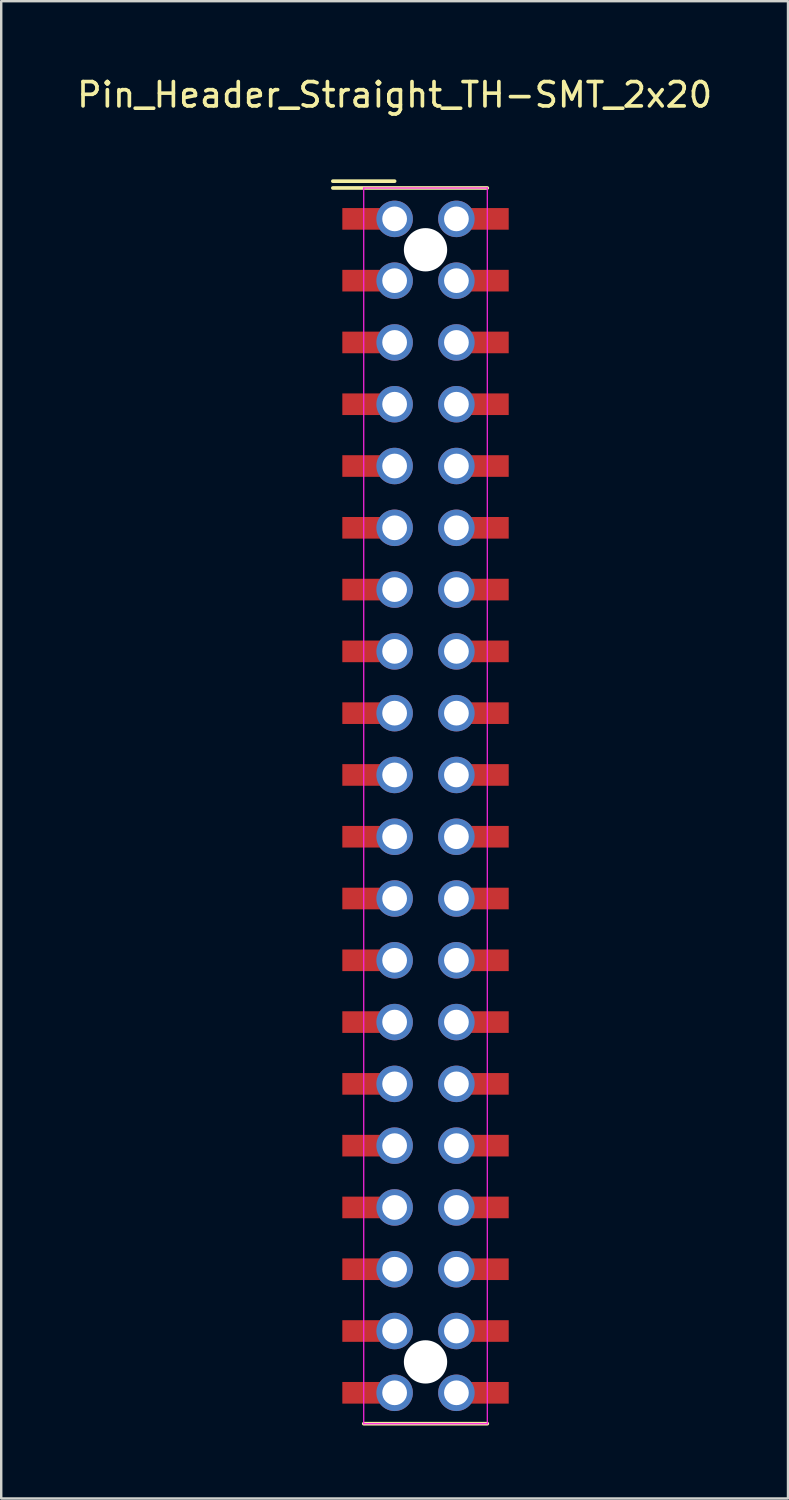
<source format=kicad_pcb>
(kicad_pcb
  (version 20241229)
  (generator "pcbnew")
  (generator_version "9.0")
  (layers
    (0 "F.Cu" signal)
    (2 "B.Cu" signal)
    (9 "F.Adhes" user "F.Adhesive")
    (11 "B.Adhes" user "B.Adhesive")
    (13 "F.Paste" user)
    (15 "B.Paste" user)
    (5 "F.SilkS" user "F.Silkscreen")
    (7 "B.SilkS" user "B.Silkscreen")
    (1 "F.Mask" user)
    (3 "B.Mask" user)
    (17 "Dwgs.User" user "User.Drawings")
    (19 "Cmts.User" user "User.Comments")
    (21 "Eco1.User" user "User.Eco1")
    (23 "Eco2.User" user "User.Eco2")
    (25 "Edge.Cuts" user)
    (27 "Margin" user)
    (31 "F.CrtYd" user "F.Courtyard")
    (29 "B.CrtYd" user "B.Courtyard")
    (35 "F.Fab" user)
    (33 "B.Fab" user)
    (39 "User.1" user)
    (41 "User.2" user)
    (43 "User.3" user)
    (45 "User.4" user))
  (footprint "Pin_Header_Straight_TH-SMT_2x20"
    (layer "F.Cu")
    (at 13.173 5.948)
    (property "Reference" "Pin_Header_Straight_TH-SMT_2x20" (at 0 -5.1 0) (layer "F.SilkS") (effects (font (size 1 1) (thickness 0.15))))
    (attr smd)
    (fp_line (start 0 -1.55) (end -2.54 -1.55) (stroke (width 0.15) (type solid)) (layer "F.SilkS"))
    (fp_line (start 3.81 -1.27) (end -2.54 -1.27) (stroke (width 0.15) (type solid)) (layer "F.SilkS"))
    (fp_line (start 3.81 49.53) (end -1.27 49.53) (stroke (width 0.15) (type solid)) (layer "F.SilkS"))
    (fp_line (start -1.27 -1.27) (end -1.27 49.53) (stroke (width 0.05) (type solid)) (layer "F.CrtYd"))
    (fp_line (start -1.27 -1.27) (end 3.81 -1.27) (stroke (width 0.05) (type solid)) (layer "F.CrtYd"))
    (fp_line (start -1.27 49.53) (end 3.81 49.53) (stroke (width 0.05) (type solid)) (layer "F.CrtYd"))
    (fp_line (start 3.81 -1.27) (end 3.81 49.53) (stroke (width 0.05) (type solid)) (layer "F.CrtYd"))
    (pad "" np_thru_hole circle (at 1.27 1.27) (size 1.78 1.78) (drill 1.78) (layers "*.Cu"))
    (pad "" np_thru_hole circle (at 1.27 46.99) (size 1.78 1.78) (drill 1.78) (layers "*.Cu"))
    (pad "1" smd rect (at -1.31 0) (size 1.68 0.889) (layers "F.Cu" "F.Mask" "F.Paste"))
    (pad "1" thru_hole circle (at 0 0) (size 1.5 1.5) (drill 1.016) (layers "*.Cu" "*.Mask"))
    (pad "2" thru_hole circle (at 2.54 0) (size 1.5 1.5) (drill 1.016) (layers "*.Cu" "*.Mask"))
    (pad "2" smd rect (at 3.85 0) (size 1.68 0.889) (layers "F.Cu" "F.Mask" "F.Paste"))
    (pad "3" smd rect (at -1.31 2.54) (size 1.68 0.889) (layers "F.Cu" "F.Mask" "F.Paste"))
    (pad "3" thru_hole circle (at 0 2.54) (size 1.5 1.5) (drill 1.016) (layers "*.Cu" "*.Mask"))
    (pad "4" thru_hole circle (at 2.54 2.54) (size 1.5 1.5) (drill 1.016) (layers "*.Cu" "*.Mask"))
    (pad "4" smd rect (at 3.85 2.54) (size 1.68 0.889) (layers "F.Cu" "F.Mask" "F.Paste"))
    (pad "5" smd rect (at -1.31 5.08) (size 1.68 0.889) (layers "F.Cu" "F.Mask" "F.Paste"))
    (pad "5" thru_hole circle (at 0 5.08) (size 1.5 1.5) (drill 1.016) (layers "*.Cu" "*.Mask"))
    (pad "6" thru_hole circle (at 2.54 5.08) (size 1.5 1.5) (drill 1.016) (layers "*.Cu" "*.Mask"))
    (pad "6" smd rect (at 3.85 5.08) (size 1.68 0.889) (layers "F.Cu" "F.Mask" "F.Paste"))
    (pad "7" smd rect (at -1.31 7.62) (size 1.68 0.889) (layers "F.Cu" "F.Mask" "F.Paste"))
    (pad "7" thru_hole circle (at 0 7.62) (size 1.5 1.5) (drill 1.016) (layers "*.Cu" "*.Mask"))
    (pad "8" thru_hole circle (at 2.54 7.62) (size 1.5 1.5) (drill 1.016) (layers "*.Cu" "*.Mask"))
    (pad "8" smd rect (at 3.85 7.62) (size 1.68 0.889) (layers "F.Cu" "F.Mask" "F.Paste"))
    (pad "9" smd rect (at -1.31 10.16) (size 1.68 0.889) (layers "F.Cu" "F.Mask" "F.Paste"))
    (pad "9" thru_hole circle (at 0 10.16) (size 1.5 1.5) (drill 1.016) (layers "*.Cu" "*.Mask"))
    (pad "10" thru_hole circle (at 2.54 10.16) (size 1.5 1.5) (drill 1.016) (layers "*.Cu" "*.Mask"))
    (pad "10" smd rect (at 3.85 10.16) (size 1.68 0.889) (layers "F.Cu" "F.Mask" "F.Paste"))
    (pad "11" smd rect (at -1.31 12.7) (size 1.68 0.889) (layers "F.Cu" "F.Mask" "F.Paste"))
    (pad "11" thru_hole circle (at 0 12.7) (size 1.5 1.5) (drill 1.016) (layers "*.Cu" "*.Mask"))
    (pad "12" thru_hole circle (at 2.54 12.7) (size 1.5 1.5) (drill 1.016) (layers "*.Cu" "*.Mask"))
    (pad "12" smd rect (at 3.85 12.7) (size 1.68 0.889) (layers "F.Cu" "F.Mask" "F.Paste"))
    (pad "13" smd rect (at -1.31 15.24) (size 1.68 0.889) (layers "F.Cu" "F.Mask" "F.Paste"))
    (pad "13" thru_hole circle (at 0 15.24) (size 1.5 1.5) (drill 1.016) (layers "*.Cu" "*.Mask"))
    (pad "14" thru_hole circle (at 2.54 15.24) (size 1.5 1.5) (drill 1.016) (layers "*.Cu" "*.Mask"))
    (pad "14" smd rect (at 3.85 15.24) (size 1.68 0.889) (layers "F.Cu" "F.Mask" "F.Paste"))
    (pad "15" smd rect (at -1.31 17.78) (size 1.68 0.889) (layers "F.Cu" "F.Mask" "F.Paste"))
    (pad "15" thru_hole circle (at 0 17.78) (size 1.5 1.5) (drill 1.016) (layers "*.Cu" "*.Mask"))
    (pad "16" thru_hole circle (at 2.54 17.78) (size 1.5 1.5) (drill 1.016) (layers "*.Cu" "*.Mask"))
    (pad "16" smd rect (at 3.85 17.78) (size 1.68 0.889) (layers "F.Cu" "F.Mask" "F.Paste"))
    (pad "17" smd rect (at -1.31 20.32) (size 1.68 0.889) (layers "F.Cu" "F.Mask" "F.Paste"))
    (pad "17" thru_hole circle (at 0 20.32) (size 1.5 1.5) (drill 1.016) (layers "*.Cu" "*.Mask"))
    (pad "18" thru_hole circle (at 2.54 20.32) (size 1.5 1.5) (drill 1.016) (layers "*.Cu" "*.Mask"))
    (pad "18" smd rect (at 3.85 20.32) (size 1.68 0.889) (layers "F.Cu" "F.Mask" "F.Paste"))
    (pad "19" smd rect (at -1.31 22.86) (size 1.68 0.889) (layers "F.Cu" "F.Mask" "F.Paste"))
    (pad "19" thru_hole circle (at 0 22.86) (size 1.5 1.5) (drill 1.016) (layers "*.Cu" "*.Mask"))
    (pad "20" thru_hole circle (at 2.54 22.86) (size 1.5 1.5) (drill 1.016) (layers "*.Cu" "*.Mask"))
    (pad "20" smd rect (at 3.85 22.86) (size 1.68 0.889) (layers "F.Cu" "F.Mask" "F.Paste"))
    (pad "21" smd rect (at -1.31 25.4) (size 1.68 0.889) (layers "F.Cu" "F.Mask" "F.Paste"))
    (pad "21" thru_hole circle (at 0 25.4) (size 1.5 1.5) (drill 1.016) (layers "*.Cu" "*.Mask"))
    (pad "22" thru_hole circle (at 2.54 25.4) (size 1.5 1.5) (drill 1.016) (layers "*.Cu" "*.Mask"))
    (pad "22" smd rect (at 3.85 25.4) (size 1.68 0.889) (layers "F.Cu" "F.Mask" "F.Paste"))
    (pad "23" smd rect (at -1.31 27.94) (size 1.68 0.889) (layers "F.Cu" "F.Mask" "F.Paste"))
    (pad "23" thru_hole circle (at 0 27.94) (size 1.5 1.5) (drill 1.016) (layers "*.Cu" "*.Mask"))
    (pad "24" thru_hole circle (at 2.54 27.94) (size 1.5 1.5) (drill 1.016) (layers "*.Cu" "*.Mask"))
    (pad "24" smd rect (at 3.85 27.94) (size 1.68 0.889) (layers "F.Cu" "F.Mask" "F.Paste"))
    (pad "25" smd rect (at -1.31 30.48) (size 1.68 0.889) (layers "F.Cu" "F.Mask" "F.Paste"))
    (pad "25" thru_hole circle (at 0 30.48) (size 1.5 1.5) (drill 1.016) (layers "*.Cu" "*.Mask"))
    (pad "26" thru_hole circle (at 2.54 30.48) (size 1.5 1.5) (drill 1.016) (layers "*.Cu" "*.Mask"))
    (pad "26" smd rect (at 3.85 30.48) (size 1.68 0.889) (layers "F.Cu" "F.Mask" "F.Paste"))
    (pad "27" smd rect (at -1.31 33.02) (size 1.68 0.889) (layers "F.Cu" "F.Mask" "F.Paste"))
    (pad "27" thru_hole circle (at 0 33.02) (size 1.5 1.5) (drill 1.016) (layers "*.Cu" "*.Mask"))
    (pad "28" thru_hole circle (at 2.54 33.02) (size 1.5 1.5) (drill 1.016) (layers "*.Cu" "*.Mask"))
    (pad "28" smd rect (at 3.85 33.02) (size 1.68 0.889) (layers "F.Cu" "F.Mask" "F.Paste"))
    (pad "29" smd rect (at -1.31 35.56) (size 1.68 0.889) (layers "F.Cu" "F.Mask" "F.Paste"))
    (pad "29" thru_hole circle (at 0 35.56) (size 1.5 1.5) (drill 1.016) (layers "*.Cu" "*.Mask"))
    (pad "30" thru_hole circle (at 2.54 35.56) (size 1.5 1.5) (drill 1.016) (layers "*.Cu" "*.Mask"))
    (pad "30" smd rect (at 3.85 35.56) (size 1.68 0.889) (layers "F.Cu" "F.Mask" "F.Paste"))
    (pad "31" smd rect (at -1.31 38.1) (size 1.68 0.889) (layers "F.Cu" "F.Mask" "F.Paste"))
    (pad "31" thru_hole circle (at 0 38.1) (size 1.5 1.5) (drill 1.016) (layers "*.Cu" "*.Mask"))
    (pad "32" thru_hole circle (at 2.54 38.1) (size 1.5 1.5) (drill 1.016) (layers "*.Cu" "*.Mask"))
    (pad "32" smd rect (at 3.85 38.1) (size 1.68 0.889) (layers "F.Cu" "F.Mask" "F.Paste"))
    (pad "33" smd rect (at -1.31 40.64) (size 1.68 0.889) (layers "F.Cu" "F.Mask" "F.Paste"))
    (pad "33" thru_hole circle (at 0 40.64) (size 1.5 1.5) (drill 1.016) (layers "*.Cu" "*.Mask"))
    (pad "34" thru_hole circle (at 2.54 40.64) (size 1.5 1.5) (drill 1.016) (layers "*.Cu" "*.Mask"))
    (pad "34" smd rect (at 3.85 40.64) (size 1.68 0.889) (layers "F.Cu" "F.Mask" "F.Paste"))
    (pad "35" smd rect (at -1.31 43.18) (size 1.68 0.889) (layers "F.Cu" "F.Mask" "F.Paste"))
    (pad "35" thru_hole circle (at 0 43.18) (size 1.5 1.5) (drill 1.016) (layers "*.Cu" "*.Mask"))
    (pad "36" thru_hole circle (at 2.54 43.18) (size 1.5 1.5) (drill 1.016) (layers "*.Cu" "*.Mask"))
    (pad "36" smd rect (at 3.85 43.18) (size 1.68 0.889) (layers "F.Cu" "F.Mask" "F.Paste"))
    (pad "37" smd rect (at -1.31 45.72) (size 1.68 0.889) (layers "F.Cu" "F.Mask" "F.Paste"))
    (pad "37" thru_hole circle (at 0 45.72) (size 1.5 1.5) (drill 1.016) (layers "*.Cu" "*.Mask"))
    (pad "38" thru_hole circle (at 2.54 45.72) (size 1.5 1.5) (drill 1.016) (layers "*.Cu" "*.Mask"))
    (pad "38" smd rect (at 3.85 45.72) (size 1.68 0.889) (layers "F.Cu" "F.Mask" "F.Paste"))
    (pad "39" smd rect (at -1.31 48.26) (size 1.68 0.889) (layers "F.Cu" "F.Mask" "F.Paste"))
    (pad "39" thru_hole circle (at 0 48.26) (size 1.5 1.5) (drill 1.016) (layers "*.Cu" "*.Mask"))
    (pad "40" thru_hole circle (at 2.54 48.26) (size 1.5 1.5) (drill 1.016) (layers "*.Cu" "*.Mask"))
    (pad "40" smd rect (at 3.85 48.26) (size 1.68 0.889) (layers "F.Cu" "F.Mask" "F.Paste")))
  (gr_rect
    (start -3 -3)
    (end 29.345 58.553)
    (stroke (width 0.1) (type default))
    (fill no)
    (layer "Edge.Cuts")))
</source>
